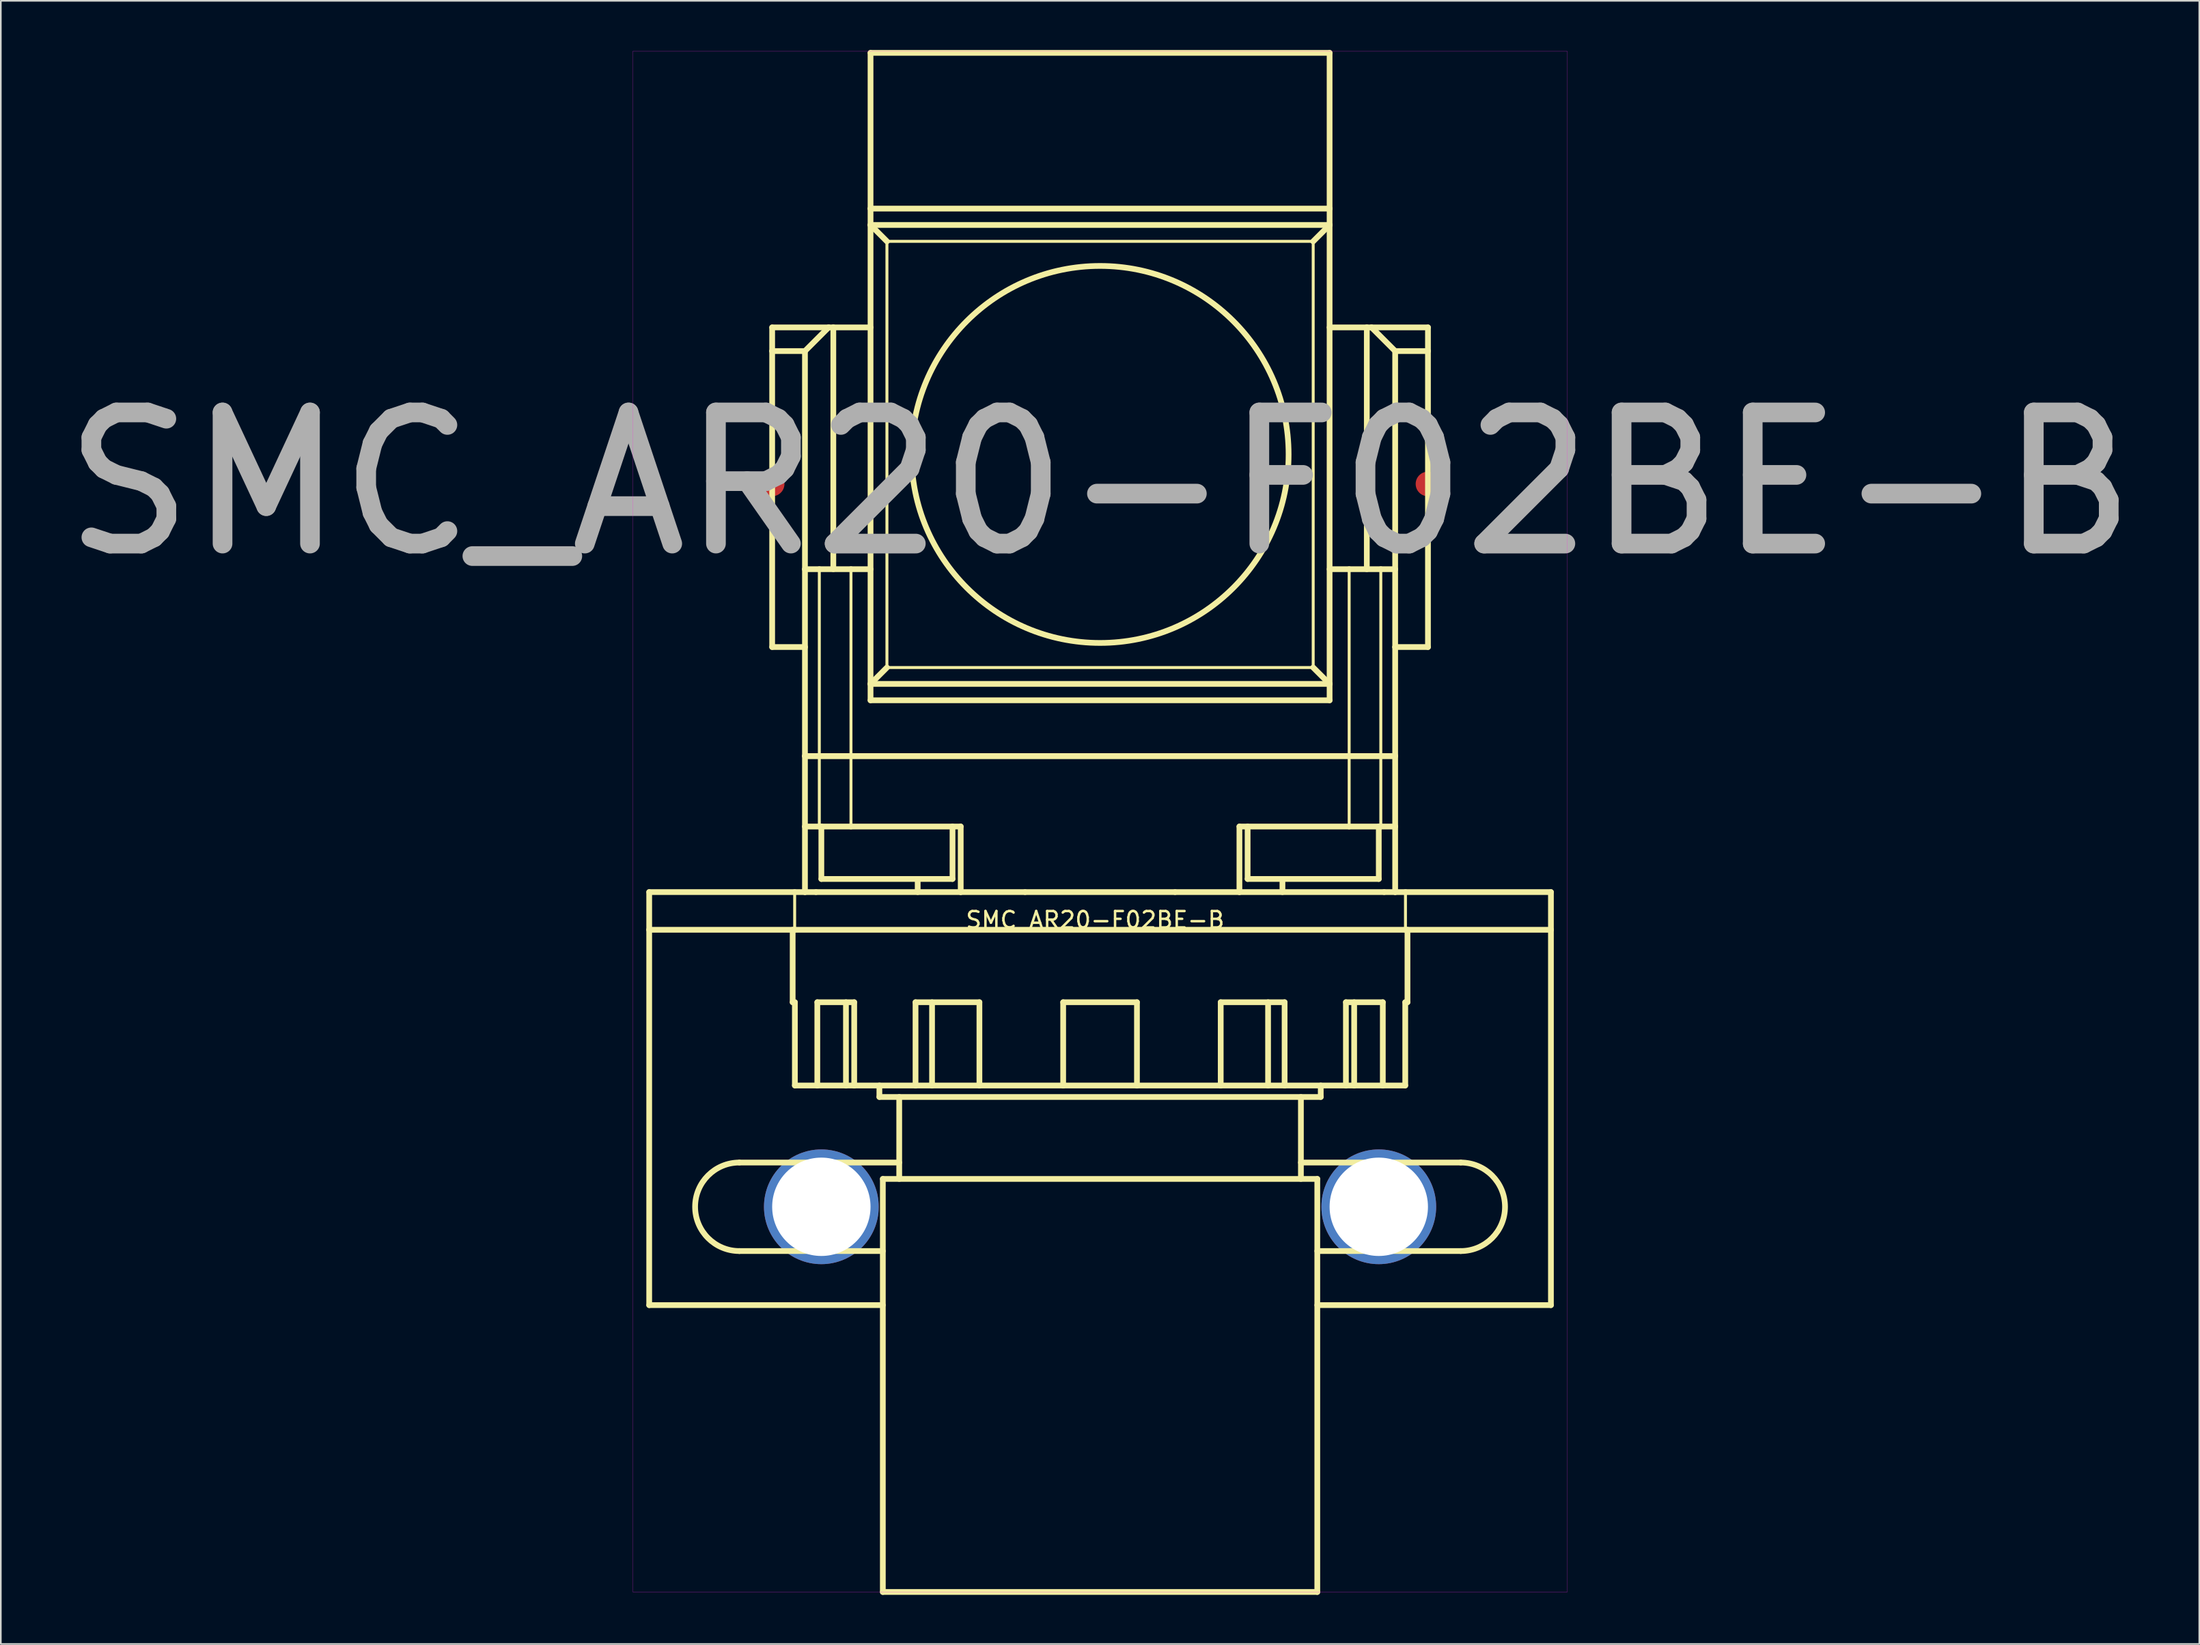
<source format=kicad_pcb>
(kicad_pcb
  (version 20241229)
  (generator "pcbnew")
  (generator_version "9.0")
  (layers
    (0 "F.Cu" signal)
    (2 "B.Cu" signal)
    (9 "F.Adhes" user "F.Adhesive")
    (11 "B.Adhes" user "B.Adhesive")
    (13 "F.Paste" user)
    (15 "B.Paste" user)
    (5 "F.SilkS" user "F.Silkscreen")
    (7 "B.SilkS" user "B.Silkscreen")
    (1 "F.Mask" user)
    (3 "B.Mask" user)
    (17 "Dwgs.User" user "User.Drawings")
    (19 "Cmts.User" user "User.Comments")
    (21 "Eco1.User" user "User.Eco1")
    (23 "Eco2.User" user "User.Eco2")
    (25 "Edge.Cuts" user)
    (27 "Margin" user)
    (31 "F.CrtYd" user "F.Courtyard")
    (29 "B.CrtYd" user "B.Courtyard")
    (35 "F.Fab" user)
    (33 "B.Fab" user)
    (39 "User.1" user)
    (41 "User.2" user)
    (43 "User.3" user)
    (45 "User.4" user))
  (footprint "SMC_AR20-F02BE-B"
    (layer "F.Cu")
    (at 64.048 26.475)
    (property "Reference" "SMC_AR20-F02BE-B" (at -0.3 26.6 0) (unlocked yes) (layer "F.SilkS") (effects (font (size 1 1) (thickness 0.15))))
    (fp_line (start -27.5 24.9) (end -27.5 27.2) (stroke (width 0.35) (type solid)) (layer "F.SilkS"))
    (fp_line (start -27.5 27.2) (end -27.5 50.1) (stroke (width 0.35) (type solid)) (layer "F.SilkS"))
    (fp_line (start -22 41.4) (end -12.25 41.4) (stroke (width 0.35) (type solid)) (layer "F.SilkS"))
    (fp_line (start -20 -9.55) (end -16.558 -9.55) (stroke (width 0.35) (type solid)) (layer "F.SilkS"))
    (fp_line (start -20 -8.107) (end -20 -9.55) (stroke (width 0.35) (type solid)) (layer "F.SilkS"))
    (fp_line (start -20 -8.107) (end -20 9.95) (stroke (width 0.35) (type solid)) (layer "F.SilkS"))
    (fp_line (start -20 9.95) (end -18 9.95) (stroke (width 0.35) (type solid)) (layer "F.SilkS"))
    (fp_line (start -18.75 27.2) (end -18.75 31.62) (stroke (width 0.35) (type solid)) (layer "F.SilkS"))
    (fp_line (start -18.628 24.9) (end -27.5 24.9) (stroke (width 0.35) (type solid)) (layer "F.SilkS"))
    (fp_line (start -18.628 24.9) (end -18.628 27.2) (stroke (width 0.18) (type solid)) (layer "F.SilkS"))
    (fp_line (start -18.628 24.9) (end -18 24.9) (stroke (width 0.35) (type solid)) (layer "F.SilkS"))
    (fp_line (start -18.628 27.2) (end -27.5 27.2) (stroke (width 0.35) (type solid)) (layer "F.SilkS"))
    (fp_line (start -18.615 31.62) (end -18.75 31.62) (stroke (width 0.35) (type solid)) (layer "F.SilkS"))
    (fp_line (start -18.615 31.62) (end -18.615 36.7) (stroke (width 0.35) (type solid)) (layer "F.SilkS"))
    (fp_line (start -18 -8.107) (end -20 -8.107) (stroke (width 0.35) (type solid)) (layer "F.SilkS"))
    (fp_line (start -18 -8.107) (end -18 5.2) (stroke (width 0.35) (type solid)) (layer "F.SilkS"))
    (fp_line (start -18 -8.107) (end -16.558 -9.55) (stroke (width 0.35) (type solid)) (layer "F.SilkS"))
    (fp_line (start -18 5.2) (end -18 9.95) (stroke (width 0.35) (type solid)) (layer "F.SilkS"))
    (fp_line (start -18 5.2) (end -17.124 5.2) (stroke (width 0.35) (type solid)) (layer "F.SilkS"))
    (fp_line (start -18 9.95) (end -18 16.6) (stroke (width 0.35) (type solid)) (layer "F.SilkS"))
    (fp_line (start -18 16.6) (end -17.124 16.6) (stroke (width 0.35) (type solid)) (layer "F.SilkS"))
    (fp_line (start -18 16.6) (end -17.124 16.6) (stroke (width 0.35) (type solid)) (layer "F.SilkS"))
    (fp_line (start -18 20.9) (end -18 16.6) (stroke (width 0.35) (type solid)) (layer "F.SilkS"))
    (fp_line (start -18 20.9) (end -17.124 20.9) (stroke (width 0.35) (type solid)) (layer "F.SilkS"))
    (fp_line (start -18 24.9) (end -18 20.9) (stroke (width 0.35) (type solid)) (layer "F.SilkS"))
    (fp_line (start -18 24.9) (end -17.327 24.9) (stroke (width 0.35) (type solid)) (layer "F.SilkS"))
    (fp_line (start -17.327 24.9) (end -8.5 24.9) (stroke (width 0.35) (type solid)) (layer "F.SilkS"))
    (fp_line (start -17.246 31.62) (end -17.246 36.7) (stroke (width 0.35) (type solid)) (layer "F.SilkS"))
    (fp_line (start -17.246 36.7) (end -18.615 36.7) (stroke (width 0.35) (type solid)) (layer "F.SilkS"))
    (fp_line (start -17.246 36.7) (end -15.499 36.7) (stroke (width 0.35) (type solid)) (layer "F.SilkS"))
    (fp_line (start -17.124 5.2) (end -17.124 16.6) (stroke (width 0.18) (type solid)) (layer "F.SilkS"))
    (fp_line (start -17.124 20.9) (end -17.124 16.6) (stroke (width 0.18) (type solid)) (layer "F.SilkS"))
    (fp_line (start -17 24.1) (end -17 20.9) (stroke (width 0.35) (type solid)) (layer "F.SilkS"))
    (fp_line (start -17 24.1) (end -9 24.1) (stroke (width 0.35) (type solid)) (layer "F.SilkS"))
    (fp_line (start -16.558 -9.55) (end -16.27 -9.55) (stroke (width 0.35) (type solid)) (layer "F.SilkS"))
    (fp_line (start -16.27 -9.55) (end -16.27 5.2) (stroke (width 0.35) (type solid)) (layer "F.SilkS"))
    (fp_line (start -16.27 -9.55) (end -14 -9.55) (stroke (width 0.35) (type solid)) (layer "F.SilkS"))
    (fp_line (start -15.499 31.62) (end -15.499 36.7) (stroke (width 0.35) (type solid)) (layer "F.SilkS"))
    (fp_line (start -15.193 5.2) (end -17.124 5.2) (stroke (width 0.35) (type solid)) (layer "F.SilkS"))
    (fp_line (start -15.193 5.2) (end -15.193 16.6) (stroke (width 0.18) (type solid)) (layer "F.SilkS"))
    (fp_line (start -15.193 5.2) (end -14 5.2) (stroke (width 0.35) (type solid)) (layer "F.SilkS"))
    (fp_line (start -15.193 16.6) (end -17.124 16.6) (stroke (width 0.35) (type solid)) (layer "F.SilkS"))
    (fp_line (start -15.193 16.6) (end -17.124 16.6) (stroke (width 0.35) (type solid)) (layer "F.SilkS"))
    (fp_line (start -15.193 16.6) (end 15.193 16.6) (stroke (width 0.35) (type solid)) (layer "F.SilkS"))
    (fp_line (start -15.193 16.6) (end 15.193 16.6) (stroke (width 0.35) (type solid)) (layer "F.SilkS"))
    (fp_line (start -15.193 20.9) (end -17.124 20.9) (stroke (width 0.35) (type solid)) (layer "F.SilkS"))
    (fp_line (start -15.193 20.9) (end -15.193 16.6) (stroke (width 0.18) (type solid)) (layer "F.SilkS"))
    (fp_line (start -15.193 20.9) (end -8.5 20.9) (stroke (width 0.35) (type solid)) (layer "F.SilkS"))
    (fp_line (start -14.996 31.62) (end -17.246 31.62) (stroke (width 0.35) (type solid)) (layer "F.SilkS"))
    (fp_line (start -14.996 31.62) (end -14.996 36.7) (stroke (width 0.35) (type solid)) (layer "F.SilkS"))
    (fp_line (start -14.996 36.7) (end -15.499 36.7) (stroke (width 0.35) (type solid)) (layer "F.SilkS"))
    (fp_line (start -14 -26.3) (end 14 -26.3) (stroke (width 0.35) (type solid)) (layer "F.SilkS"))
    (fp_line (start -14 -16.8) (end -14 -26.3) (stroke (width 0.35) (type solid)) (layer "F.SilkS"))
    (fp_line (start -14 -16.8) (end -14 -15.8) (stroke (width 0.35) (type solid)) (layer "F.SilkS"))
    (fp_line (start -14 -15.8) (end -14 12.2) (stroke (width 0.35) (type solid)) (layer "F.SilkS"))
    (fp_line (start -14 -15.8) (end -13 -14.8) (stroke (width 0.35) (type solid)) (layer "F.SilkS"))
    (fp_line (start -14 12.2) (end -14 13.2) (stroke (width 0.35) (type solid)) (layer "F.SilkS"))
    (fp_line (start -14 13.2) (end 14 13.2) (stroke (width 0.35) (type solid)) (layer "F.SilkS"))
    (fp_line (start -13.46 37.4) (end -13.46 36.7) (stroke (width 0.35) (type solid)) (layer "F.SilkS"))
    (fp_line (start -13.46 37.4) (end 13.46 37.4) (stroke (width 0.35) (type solid)) (layer "F.SilkS"))
    (fp_line (start -13.25 42.4) (end 13.25 42.4) (stroke (width 0.35) (type solid)) (layer "F.SilkS"))
    (fp_line (start -13.25 46.8) (end -22 46.8) (stroke (width 0.35) (type solid)) (layer "F.SilkS"))
    (fp_line (start -13.25 50.1) (end -27.5 50.1) (stroke (width 0.35) (type solid)) (layer "F.SilkS"))
    (fp_line (start -13.25 67.6) (end -13.25 42.4) (stroke (width 0.35) (type solid)) (layer "F.SilkS"))
    (fp_line (start -13.25 67.6) (end 13.25 67.6) (stroke (width 0.35) (type solid)) (layer "F.SilkS"))
    (fp_line (start -13 -14.8) (end -13 11.2) (stroke (width 0.18) (type solid)) (layer "F.SilkS"))
    (fp_line (start -13 11.2) (end -14 12.2) (stroke (width 0.35) (type solid)) (layer "F.SilkS"))
    (fp_line (start -12.25 42.4) (end -12.25 37.4) (stroke (width 0.35) (type solid)) (layer "F.SilkS"))
    (fp_line (start -11.256 31.62) (end -11.256 36.7) (stroke (width 0.35) (type solid)) (layer "F.SilkS"))
    (fp_line (start -11.256 36.7) (end -14.996 36.7) (stroke (width 0.35) (type solid)) (layer "F.SilkS"))
    (fp_line (start -11.256 36.7) (end -10.248 36.7) (stroke (width 0.35) (type solid)) (layer "F.SilkS"))
    (fp_line (start -11.124 24.9) (end -11.124 24.1) (stroke (width 0.35) (type solid)) (layer "F.SilkS"))
    (fp_line (start -10.248 31.62) (end -10.248 36.7) (stroke (width 0.35) (type solid)) (layer "F.SilkS"))
    (fp_line (start -9 24.1) (end -9 20.9) (stroke (width 0.35) (type solid)) (layer "F.SilkS"))
    (fp_line (start -8.5 24.9) (end -8.5 20.9) (stroke (width 0.35) (type solid)) (layer "F.SilkS"))
    (fp_line (start -8.5 24.9) (end -4.575 24.9) (stroke (width 0.35) (type solid)) (layer "F.SilkS"))
    (fp_line (start -7.359 31.62) (end -11.256 31.62) (stroke (width 0.35) (type solid)) (layer "F.SilkS"))
    (fp_line (start -7.359 31.62) (end -7.359 36.7) (stroke (width 0.35) (type solid)) (layer "F.SilkS"))
    (fp_line (start -7.359 36.7) (end -10.248 36.7) (stroke (width 0.35) (type solid)) (layer "F.SilkS"))
    (fp_line (start -4.575 24.9) (end 4.575 24.9) (stroke (width 0.35) (type solid)) (layer "F.SilkS"))
    (fp_line (start -2.25 31.62) (end -2.25 36.7) (stroke (width 0.35) (type solid)) (layer "F.SilkS"))
    (fp_line (start -2.25 36.7) (end -7.359 36.7) (stroke (width 0.35) (type solid)) (layer "F.SilkS"))
    (fp_line (start 2.25 31.62) (end -2.25 31.62) (stroke (width 0.35) (type solid)) (layer "F.SilkS"))
    (fp_line (start 2.25 31.62) (end 2.25 36.7) (stroke (width 0.35) (type solid)) (layer "F.SilkS"))
    (fp_line (start 2.25 36.7) (end -2.25 36.7) (stroke (width 0.35) (type solid)) (layer "F.SilkS"))
    (fp_line (start 4.575 24.9) (end 8.5 24.9) (stroke (width 0.35) (type solid)) (layer "F.SilkS"))
    (fp_line (start 7.359 31.62) (end 7.359 36.7) (stroke (width 0.35) (type solid)) (layer "F.SilkS"))
    (fp_line (start 7.359 36.7) (end 2.25 36.7) (stroke (width 0.35) (type solid)) (layer "F.SilkS"))
    (fp_line (start 8.5 20.9) (end 15.193 20.9) (stroke (width 0.35) (type solid)) (layer "F.SilkS"))
    (fp_line (start 8.5 24.9) (end 8.5 20.9) (stroke (width 0.35) (type solid)) (layer "F.SilkS"))
    (fp_line (start 8.5 24.9) (end 17.327 24.9) (stroke (width 0.35) (type solid)) (layer "F.SilkS"))
    (fp_line (start 9 24.1) (end 9 20.9) (stroke (width 0.35) (type solid)) (layer "F.SilkS"))
    (fp_line (start 9 24.1) (end 17 24.1) (stroke (width 0.35) (type solid)) (layer "F.SilkS"))
    (fp_line (start 10.248 31.62) (end 10.248 36.7) (stroke (width 0.35) (type solid)) (layer "F.SilkS"))
    (fp_line (start 10.248 36.7) (end 7.359 36.7) (stroke (width 0.35) (type solid)) (layer "F.SilkS"))
    (fp_line (start 10.248 36.7) (end 11.256 36.7) (stroke (width 0.35) (type solid)) (layer "F.SilkS"))
    (fp_line (start 11.124 24.1) (end 11.124 24.9) (stroke (width 0.35) (type solid)) (layer "F.SilkS"))
    (fp_line (start 11.256 31.62) (end 7.359 31.62) (stroke (width 0.35) (type solid)) (layer "F.SilkS"))
    (fp_line (start 11.256 31.62) (end 11.256 36.7) (stroke (width 0.35) (type solid)) (layer "F.SilkS"))
    (fp_line (start 12.25 41.4) (end 22 41.4) (stroke (width 0.35) (type solid)) (layer "F.SilkS"))
    (fp_line (start 12.25 42.4) (end 12.25 37.4) (stroke (width 0.35) (type solid)) (layer "F.SilkS"))
    (fp_line (start 13 -14.8) (end -13 -14.8) (stroke (width 0.18) (type solid)) (layer "F.SilkS"))
    (fp_line (start 13 -14.8) (end 13 11.2) (stroke (width 0.18) (type solid)) (layer "F.SilkS"))
    (fp_line (start 13 11.2) (end -13 11.2) (stroke (width 0.18) (type solid)) (layer "F.SilkS"))
    (fp_line (start 13 11.2) (end 14 12.2) (stroke (width 0.35) (type solid)) (layer "F.SilkS"))
    (fp_line (start 13.25 67.6) (end 13.25 42.4) (stroke (width 0.35) (type solid)) (layer "F.SilkS"))
    (fp_line (start 13.46 37.4) (end 13.46 36.7) (stroke (width 0.35) (type solid)) (layer "F.SilkS"))
    (fp_line (start 14 -16.8) (end -14 -16.8) (stroke (width 0.35) (type solid)) (layer "F.SilkS"))
    (fp_line (start 14 -16.8) (end 14 -26.3) (stroke (width 0.35) (type solid)) (layer "F.SilkS"))
    (fp_line (start 14 -15.8) (end -14 -15.8) (stroke (width 0.35) (type solid)) (layer "F.SilkS"))
    (fp_line (start 14 -15.8) (end 13 -14.8) (stroke (width 0.35) (type solid)) (layer "F.SilkS"))
    (fp_line (start 14 -15.8) (end 14 -16.8) (stroke (width 0.35) (type solid)) (layer "F.SilkS"))
    (fp_line (start 14 -15.8) (end 14 12.2) (stroke (width 0.35) (type solid)) (layer "F.SilkS"))
    (fp_line (start 14 -9.55) (end 16.27 -9.55) (stroke (width 0.35) (type solid)) (layer "F.SilkS"))
    (fp_line (start 14 5.2) (end 15.193 5.2) (stroke (width 0.35) (type solid)) (layer "F.SilkS"))
    (fp_line (start 14 12.2) (end -14 12.2) (stroke (width 0.35) (type solid)) (layer "F.SilkS"))
    (fp_line (start 14 13.2) (end 14 12.2) (stroke (width 0.35) (type solid)) (layer "F.SilkS"))
    (fp_line (start 14.996 31.62) (end 14.996 36.7) (stroke (width 0.35) (type solid)) (layer "F.SilkS"))
    (fp_line (start 14.996 36.7) (end 11.256 36.7) (stroke (width 0.35) (type solid)) (layer "F.SilkS"))
    (fp_line (start 15.193 5.2) (end 15.193 16.6) (stroke (width 0.18) (type solid)) (layer "F.SilkS"))
    (fp_line (start 15.193 20.9) (end 15.193 16.6) (stroke (width 0.18) (type solid)) (layer "F.SilkS"))
    (fp_line (start 15.499 31.62) (end 15.499 36.7) (stroke (width 0.35) (type solid)) (layer "F.SilkS"))
    (fp_line (start 15.499 36.7) (end 14.996 36.7) (stroke (width 0.35) (type solid)) (layer "F.SilkS"))
    (fp_line (start 15.499 36.7) (end 17.246 36.7) (stroke (width 0.35) (type solid)) (layer "F.SilkS"))
    (fp_line (start 16.27 -9.55) (end 16.27 5.2) (stroke (width 0.35) (type solid)) (layer "F.SilkS"))
    (fp_line (start 16.27 -9.55) (end 16.558 -9.55) (stroke (width 0.35) (type solid)) (layer "F.SilkS"))
    (fp_line (start 16.558 -9.55) (end 18 -8.107) (stroke (width 0.35) (type solid)) (layer "F.SilkS"))
    (fp_line (start 17 24.1) (end 17 20.9) (stroke (width 0.35) (type solid)) (layer "F.SilkS"))
    (fp_line (start 17.124 5.2) (end 15.193 5.2) (stroke (width 0.35) (type solid)) (layer "F.SilkS"))
    (fp_line (start 17.124 5.2) (end 17.124 16.6) (stroke (width 0.18) (type solid)) (layer "F.SilkS"))
    (fp_line (start 17.124 5.2) (end 18 5.2) (stroke (width 0.35) (type solid)) (layer "F.SilkS"))
    (fp_line (start 17.124 16.6) (end 15.193 16.6) (stroke (width 0.35) (type solid)) (layer "F.SilkS"))
    (fp_line (start 17.124 16.6) (end 15.193 16.6) (stroke (width 0.35) (type solid)) (layer "F.SilkS"))
    (fp_line (start 17.124 16.6) (end 18 16.6) (stroke (width 0.35) (type solid)) (layer "F.SilkS"))
    (fp_line (start 17.124 16.6) (end 18 16.6) (stroke (width 0.35) (type solid)) (layer "F.SilkS"))
    (fp_line (start 17.124 20.9) (end 15.193 20.9) (stroke (width 0.35) (type solid)) (layer "F.SilkS"))
    (fp_line (start 17.124 20.9) (end 17.124 16.6) (stroke (width 0.18) (type solid)) (layer "F.SilkS"))
    (fp_line (start 17.124 20.9) (end 18 20.9) (stroke (width 0.35) (type solid)) (layer "F.SilkS"))
    (fp_line (start 17.246 31.62) (end 14.996 31.62) (stroke (width 0.35) (type solid)) (layer "F.SilkS"))
    (fp_line (start 17.246 31.62) (end 17.246 36.7) (stroke (width 0.35) (type solid)) (layer "F.SilkS"))
    (fp_line (start 17.327 24.9) (end 18 24.9) (stroke (width 0.35) (type solid)) (layer "F.SilkS"))
    (fp_line (start 18 -8.107) (end 18 5.2) (stroke (width 0.35) (type solid)) (layer "F.SilkS"))
    (fp_line (start 18 5.2) (end 18 9.95) (stroke (width 0.35) (type solid)) (layer "F.SilkS"))
    (fp_line (start 18 9.95) (end 18 16.6) (stroke (width 0.35) (type solid)) (layer "F.SilkS"))
    (fp_line (start 18 9.95) (end 20 9.95) (stroke (width 0.35) (type solid)) (layer "F.SilkS"))
    (fp_line (start 18 20.9) (end 18 16.6) (stroke (width 0.35) (type solid)) (layer "F.SilkS"))
    (fp_line (start 18 24.9) (end 18 20.9) (stroke (width 0.35) (type solid)) (layer "F.SilkS"))
    (fp_line (start 18 24.9) (end 18.628 24.9) (stroke (width 0.35) (type solid)) (layer "F.SilkS"))
    (fp_line (start 18.615 31.62) (end 18.615 36.7) (stroke (width 0.35) (type solid)) (layer "F.SilkS"))
    (fp_line (start 18.615 36.7) (end 17.246 36.7) (stroke (width 0.35) (type solid)) (layer "F.SilkS"))
    (fp_line (start 18.628 24.9) (end 18.628 27.2) (stroke (width 0.18) (type solid)) (layer "F.SilkS"))
    (fp_line (start 18.628 27.2) (end -18.628 27.2) (stroke (width 0.35) (type solid)) (layer "F.SilkS"))
    (fp_line (start 18.75 27.2) (end 18.75 31.62) (stroke (width 0.35) (type solid)) (layer "F.SilkS"))
    (fp_line (start 18.75 31.62) (end 18.615 31.62) (stroke (width 0.35) (type solid)) (layer "F.SilkS"))
    (fp_line (start 20 -9.55) (end 16.558 -9.55) (stroke (width 0.35) (type solid)) (layer "F.SilkS"))
    (fp_line (start 20 -8.107) (end 18 -8.107) (stroke (width 0.35) (type solid)) (layer "F.SilkS"))
    (fp_line (start 20 -8.107) (end 20 -9.55) (stroke (width 0.35) (type solid)) (layer "F.SilkS"))
    (fp_line (start 20 -8.107) (end 20 9.95) (stroke (width 0.35) (type solid)) (layer "F.SilkS"))
    (fp_line (start 22 46.8) (end 13.25 46.8) (stroke (width 0.35) (type solid)) (layer "F.SilkS"))
    (fp_line (start 27.5 24.9) (end 18.628 24.9) (stroke (width 0.35) (type solid)) (layer "F.SilkS"))
    (fp_line (start 27.5 24.9) (end 27.5 27.2) (stroke (width 0.35) (type solid)) (layer "F.SilkS"))
    (fp_line (start 27.5 27.2) (end 18.628 27.2) (stroke (width 0.35) (type solid)) (layer "F.SilkS"))
    (fp_line (start 27.5 27.2) (end 27.5 50.1) (stroke (width 0.35) (type solid)) (layer "F.SilkS"))
    (fp_line (start 27.5 50.1) (end 13.25 50.1) (stroke (width 0.35) (type solid)) (layer "F.SilkS"))
    (fp_arc (start -22.00005 46.79997) (mid -24.70001 44.099985) (end -22.00005 41.39997) (stroke (width 0.35) (type solid)) (layer "F.SilkS"))
    (fp_arc (start 21.99995 41.39997) (mid 24.69999 44.099985) (end 21.99995 46.79997) (stroke (width 0.35) (type solid)) (layer "F.SilkS"))
    (fp_circle (center 0 -1.8) (end 11.5 -1.8) (stroke (width 0.35) (type solid)) (fill no) (layer "F.SilkS"))
    (fp_rect (start -28.5 67.6) (end 28.5 -26.4) (stroke (width 0.01) (type solid)) (fill no) (layer "F.CrtYd"))
    (fp_text user "${REFERENCE}" (at 0 0 0) (unlocked yes) (layer "F.Fab") (effects (font (size 8 8) (thickness 1.2))))
    (pad "" np_thru_hole circle (at -17 44.1) (size 7 7) (drill 6) (layers "*.Cu" "*.Mask"))
    (pad "" np_thru_hole circle (at 17 44.1) (size 7 7) (drill 6) (layers "*.Cu" "*.Mask"))
    (pad "1" smd circle (at -20 0) (size 1.5 1.5) (layers "F.Cu" "F.Mask" "F.Paste"))
    (pad "2" smd circle (at 20 0) (size 1.5 1.5) (layers "F.Cu" "F.Mask" "F.Paste")))
  (gr_rect
    (start -3 -3)
    (end 131.095 97.25)
    (stroke (width 0.1) (type default))
    (fill no)
    (layer "Edge.Cuts")))
</source>
